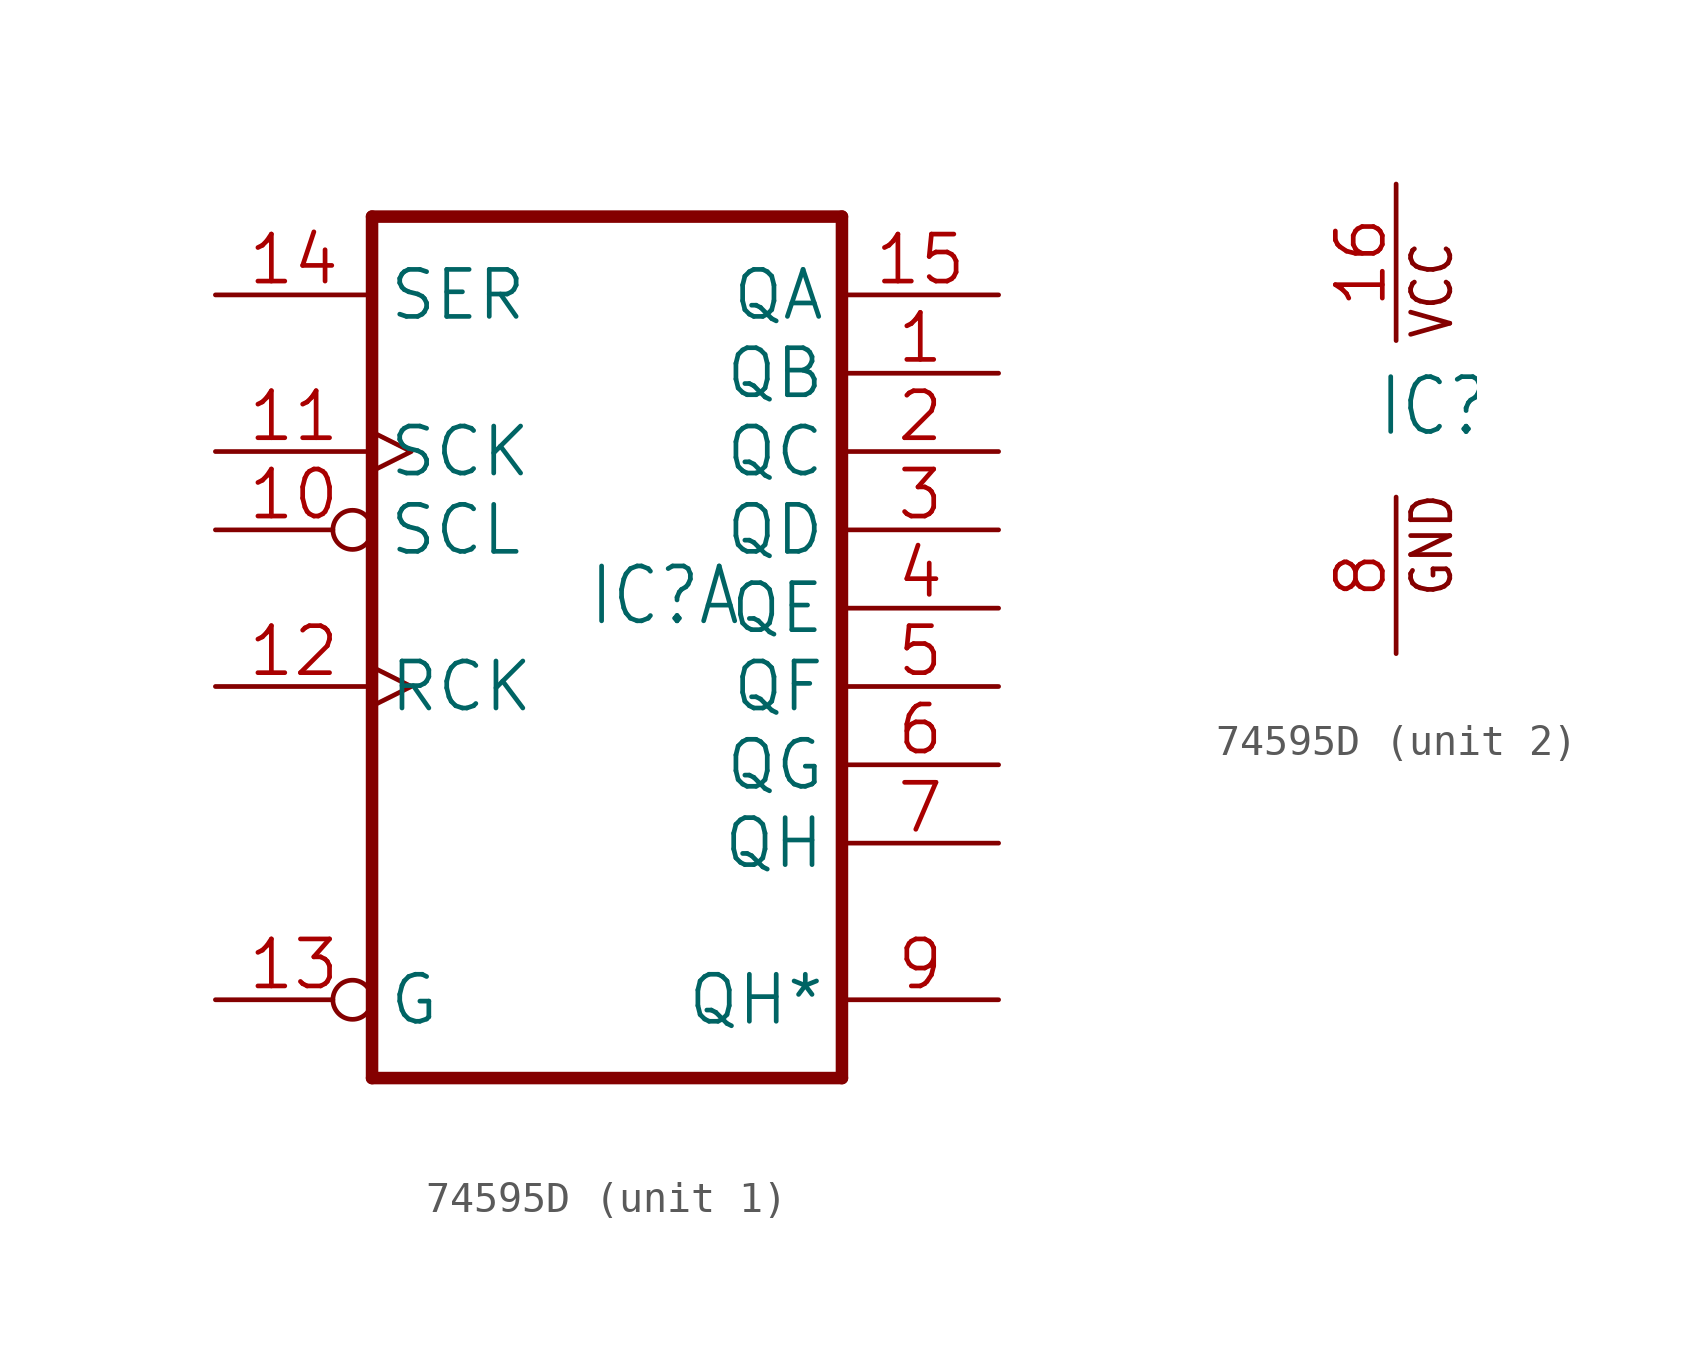
<source format=kicad_sym>
(kicad_symbol_lib
  (version 20241209)
  (generator "kicad_symbol_editor")
  (generator_version "9.0")
  (symbol "74595D"
    (property "Reference" "IC"
      (at -0.635 -0.635 0)
      (effects (font (size 1.778 1.511)) (justify left bottom)))
    (property "ki_locked" ""
      (at 0 0 0)
      (effects (font (size 1.27 1.27))))
    (symbol "74595D_1_0"
      (polyline (pts (xy -7.62 12.7) (xy -7.62 -15.24)) (stroke (width 0.406) (type solid)) (fill (type none)))
      (polyline (pts (xy -7.62 -15.24) (xy 7.62 -15.24)) (stroke (width 0.406) (type solid)) (fill (type none)))
      (polyline (pts (xy 7.62 12.7) (xy -7.62 12.7)) (stroke (width 0.406) (type solid)) (fill (type none)))
      (polyline (pts (xy 7.62 -15.24) (xy 7.62 12.7)) (stroke (width 0.406) (type solid)) (fill (type none)))
      (pin input line (at -12.7 10.16 0) (length 5.08) (name "SER" (effects (font (size 1.524 1.524)))) (number "14" (effects (font (size 1.524 1.524)))))
      (pin input clock (at -12.7 5.08 0) (length 5.08) (name "SCK" (effects (font (size 1.524 1.524)))) (number "11" (effects (font (size 1.524 1.524)))))
      (pin input inverted (at -12.7 2.54 0) (length 5.08) (name "SCL" (effects (font (size 1.524 1.524)))) (number "10" (effects (font (size 1.524 1.524)))))
      (pin input clock (at -12.7 -2.54 0) (length 5.08) (name "RCK" (effects (font (size 1.524 1.524)))) (number "12" (effects (font (size 1.524 1.524)))))
      (pin input inverted (at -12.7 -12.7 0) (length 5.08) (name "G" (effects (font (size 1.524 1.524)))) (number "13" (effects (font (size 1.524 1.524)))))
      (pin tri_state line (at 12.7 10.16 180) (length 5.08) (name "QA" (effects (font (size 1.524 1.524)))) (number "15" (effects (font (size 1.524 1.524)))))
      (pin tri_state line (at 12.7 7.62 180) (length 5.08) (name "QB" (effects (font (size 1.524 1.524)))) (number "1" (effects (font (size 1.524 1.524)))))
      (pin tri_state line (at 12.7 5.08 180) (length 5.08) (name "QC" (effects (font (size 1.524 1.524)))) (number "2" (effects (font (size 1.524 1.524)))))
      (pin tri_state line (at 12.7 2.54 180) (length 5.08) (name "QD" (effects (font (size 1.524 1.524)))) (number "3" (effects (font (size 1.524 1.524)))))
      (pin tri_state line (at 12.7 0 180) (length 5.08) (name "QE" (effects (font (size 1.524 1.524)))) (number "4" (effects (font (size 1.524 1.524)))))
      (pin tri_state line (at 12.7 -2.54 180) (length 5.08) (name "QF" (effects (font (size 1.524 1.524)))) (number "5" (effects (font (size 1.524 1.524)))))
      (pin tri_state line (at 12.7 -5.08 180) (length 5.08) (name "QG" (effects (font (size 1.524 1.524)))) (number "6" (effects (font (size 1.524 1.524)))))
      (pin tri_state line (at 12.7 -7.62 180) (length 5.08) (name "QH" (effects (font (size 1.524 1.524)))) (number "7" (effects (font (size 1.524 1.524)))))
      (pin tri_state line (at 12.7 -12.7 180) (length 5.08) (name "QH*" (effects (font (size 1.524 1.524)))) (number "9" (effects (font (size 1.524 1.524))))))
    (symbol "74595D_2_0"
      (text "VCC" (at 1.905 2.54 900) (effects (font (size 1.27 1.079)) (justify left bottom)))
      (text "GND" (at 1.905 -5.842 900) (effects (font (size 1.27 1.079)) (justify left bottom)))
      (pin power_in line (at 0 7.62 270) (length 5.08) (name "VCC" (effects (font (size 0 0)))) (number "16" (effects (font (size 1.524 1.524)))))
      (pin power_in line (at 0 -7.62 90) (length 5.08) (name "GND" (effects (font (size 0 0)))) (number "8" (effects (font (size 1.524 1.524))))))))
</source>
